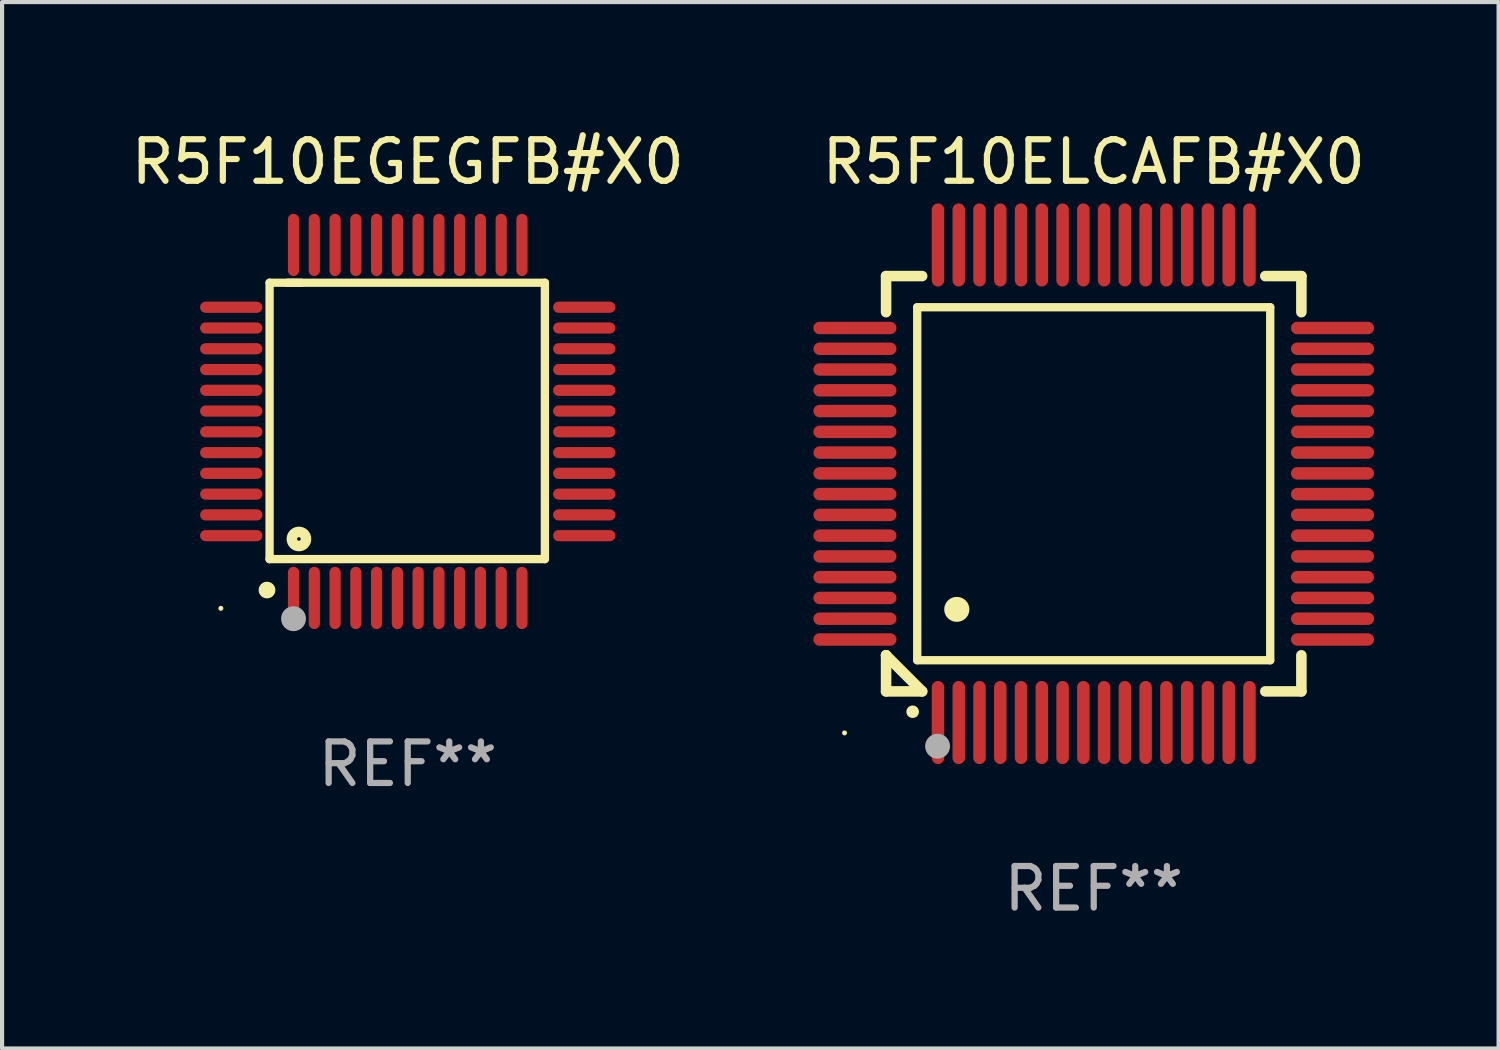
<source format=kicad_pcb>
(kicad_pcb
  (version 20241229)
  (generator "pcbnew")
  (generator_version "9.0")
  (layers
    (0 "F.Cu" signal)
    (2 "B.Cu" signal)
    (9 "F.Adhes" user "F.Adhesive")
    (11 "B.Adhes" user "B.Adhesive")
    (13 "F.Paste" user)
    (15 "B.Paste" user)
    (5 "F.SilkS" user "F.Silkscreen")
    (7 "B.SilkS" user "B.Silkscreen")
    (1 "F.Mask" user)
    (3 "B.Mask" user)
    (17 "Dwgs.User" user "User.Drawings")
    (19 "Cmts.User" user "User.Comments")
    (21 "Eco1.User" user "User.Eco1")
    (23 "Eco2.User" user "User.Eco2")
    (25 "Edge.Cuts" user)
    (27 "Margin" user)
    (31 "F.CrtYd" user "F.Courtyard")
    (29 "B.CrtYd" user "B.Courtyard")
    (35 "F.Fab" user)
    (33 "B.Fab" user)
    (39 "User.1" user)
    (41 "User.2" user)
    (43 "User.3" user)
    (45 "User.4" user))
  (footprint "R5F10EGEGFB#X0"
    (layer "F.Cu")
    (at 6.768 7.098)
    (property "Reference" "R5F10EGEGFB#X0" (at 0 -6.25 0) (layer "F.SilkS") (effects (font (size 1 1) (thickness 0.15))))
    (attr through_hole)
    (fp_line (start -3.327 -3.34) (end -2.565 -3.34) (stroke (width 0.2) (type solid)) (layer "F.SilkS"))
    (fp_line (start -3.327 3.315) (end -3.327 -3.34) (stroke (width 0.2) (type solid)) (layer "F.SilkS"))
    (fp_line (start -2.896 -3.34) (end 3.302 -3.34) (stroke (width 0.2) (type solid)) (layer "F.SilkS"))
    (fp_line (start 3.302 -3.34) (end 3.302 3.315) (stroke (width 0.2) (type solid)) (layer "F.SilkS"))
    (fp_line (start 3.302 3.315) (end -3.327 3.315) (stroke (width 0.2) (type solid)) (layer "F.SilkS"))
    (fp_arc (start -3.389992 4.059995) (mid -3.388722 4.059991) (end -3.387452 4.059995) (stroke (width 0.4) (type solid)) (layer "F.SilkS"))
    (fp_circle (center -4.5 4.5) (end -4.47 4.5) (stroke (width 0.06) (type solid)) (fill no) (layer "F.SilkS"))
    (fp_circle (center -2.62 2.83) (end -2.45 2.83) (stroke (width 0.254) (type solid)) (fill no) (layer "F.SilkS"))
    (fp_circle (center -2.75 4.75) (end -2.6 4.75) (stroke (width 0.3) (type solid)) (fill no) (layer "F.Fab"))
    (fp_text user "REF**" (at 0 8.25 0) (layer "F.Fab") (effects (font (size 1 1) (thickness 0.15))))
    (pad "1" smd oval (at -2.75 4.25) (size 0.27 1.5) (layers "F.Cu" "F.Mask" "F.Paste"))
    (pad "2" smd oval (at -2.25 4.25) (size 0.27 1.5) (layers "F.Cu" "F.Mask" "F.Paste"))
    (pad "3" smd oval (at -1.75 4.25) (size 0.27 1.5) (layers "F.Cu" "F.Mask" "F.Paste"))
    (pad "4" smd oval (at -1.25 4.25) (size 0.27 1.5) (layers "F.Cu" "F.Mask" "F.Paste"))
    (pad "5" smd oval (at -0.75 4.25) (size 0.27 1.5) (layers "F.Cu" "F.Mask" "F.Paste"))
    (pad "6" smd oval (at -0.25 4.25) (size 0.27 1.5) (layers "F.Cu" "F.Mask" "F.Paste"))
    (pad "7" smd oval (at 0.25 4.25) (size 0.27 1.5) (layers "F.Cu" "F.Mask" "F.Paste"))
    (pad "8" smd oval (at 0.75 4.25) (size 0.27 1.5) (layers "F.Cu" "F.Mask" "F.Paste"))
    (pad "9" smd oval (at 1.25 4.25) (size 0.27 1.5) (layers "F.Cu" "F.Mask" "F.Paste"))
    (pad "10" smd oval (at 1.75 4.25) (size 0.27 1.5) (layers "F.Cu" "F.Mask" "F.Paste"))
    (pad "11" smd oval (at 2.25 4.25) (size 0.27 1.5) (layers "F.Cu" "F.Mask" "F.Paste"))
    (pad "12" smd oval (at 2.75 4.25) (size 0.27 1.5) (layers "F.Cu" "F.Mask" "F.Paste"))
    (pad "13" smd oval (at 4.25 2.75) (size 1.5 0.27) (layers "F.Cu" "F.Mask" "F.Paste"))
    (pad "14" smd oval (at 4.25 2.25) (size 1.5 0.27) (layers "F.Cu" "F.Mask" "F.Paste"))
    (pad "15" smd oval (at 4.25 1.75) (size 1.5 0.27) (layers "F.Cu" "F.Mask" "F.Paste"))
    (pad "16" smd oval (at 4.25 1.25) (size 1.5 0.27) (layers "F.Cu" "F.Mask" "F.Paste"))
    (pad "17" smd oval (at 4.25 0.75) (size 1.5 0.27) (layers "F.Cu" "F.Mask" "F.Paste"))
    (pad "18" smd oval (at 4.25 0.25) (size 1.5 0.27) (layers "F.Cu" "F.Mask" "F.Paste"))
    (pad "19" smd oval (at 4.25 -0.25) (size 1.5 0.27) (layers "F.Cu" "F.Mask" "F.Paste"))
    (pad "20" smd oval (at 4.25 -0.75) (size 1.5 0.27) (layers "F.Cu" "F.Mask" "F.Paste"))
    (pad "21" smd oval (at 4.25 -1.25) (size 1.5 0.27) (layers "F.Cu" "F.Mask" "F.Paste"))
    (pad "22" smd oval (at 4.25 -1.75) (size 1.5 0.27) (layers "F.Cu" "F.Mask" "F.Paste"))
    (pad "23" smd oval (at 4.25 -2.25) (size 1.5 0.27) (layers "F.Cu" "F.Mask" "F.Paste"))
    (pad "24" smd oval (at 4.25 -2.75) (size 1.5 0.27) (layers "F.Cu" "F.Mask" "F.Paste"))
    (pad "25" smd oval (at 2.75 -4.25) (size 0.27 1.5) (layers "F.Cu" "F.Mask" "F.Paste"))
    (pad "26" smd oval (at 2.25 -4.25) (size 0.27 1.5) (layers "F.Cu" "F.Mask" "F.Paste"))
    (pad "27" smd oval (at 1.75 -4.25) (size 0.27 1.5) (layers "F.Cu" "F.Mask" "F.Paste"))
    (pad "28" smd oval (at 1.25 -4.25) (size 0.27 1.5) (layers "F.Cu" "F.Mask" "F.Paste"))
    (pad "29" smd oval (at 0.75 -4.25) (size 0.27 1.5) (layers "F.Cu" "F.Mask" "F.Paste"))
    (pad "30" smd oval (at 0.25 -4.25) (size 0.27 1.5) (layers "F.Cu" "F.Mask" "F.Paste"))
    (pad "31" smd oval (at -0.25 -4.25) (size 0.27 1.5) (layers "F.Cu" "F.Mask" "F.Paste"))
    (pad "32" smd oval (at -0.75 -4.25) (size 0.27 1.5) (layers "F.Cu" "F.Mask" "F.Paste"))
    (pad "33" smd oval (at -1.25 -4.25) (size 0.27 1.5) (layers "F.Cu" "F.Mask" "F.Paste"))
    (pad "34" smd oval (at -1.75 -4.25) (size 0.27 1.5) (layers "F.Cu" "F.Mask" "F.Paste"))
    (pad "35" smd oval (at -2.25 -4.25) (size 0.27 1.5) (layers "F.Cu" "F.Mask" "F.Paste"))
    (pad "36" smd oval (at -2.75 -4.25) (size 0.27 1.5) (layers "F.Cu" "F.Mask" "F.Paste"))
    (pad "37" smd oval (at -4.25 -2.75) (size 1.5 0.27) (layers "F.Cu" "F.Mask" "F.Paste"))
    (pad "38" smd oval (at -4.25 -2.25) (size 1.5 0.27) (layers "F.Cu" "F.Mask" "F.Paste"))
    (pad "39" smd oval (at -4.25 -1.75) (size 1.5 0.27) (layers "F.Cu" "F.Mask" "F.Paste"))
    (pad "40" smd oval (at -4.25 -1.25) (size 1.5 0.27) (layers "F.Cu" "F.Mask" "F.Paste"))
    (pad "41" smd oval (at -4.25 -0.75) (size 1.5 0.27) (layers "F.Cu" "F.Mask" "F.Paste"))
    (pad "42" smd oval (at -4.25 -0.25) (size 1.5 0.27) (layers "F.Cu" "F.Mask" "F.Paste"))
    (pad "43" smd oval (at -4.25 0.25) (size 1.5 0.27) (layers "F.Cu" "F.Mask" "F.Paste"))
    (pad "44" smd oval (at -4.25 0.75) (size 1.5 0.27) (layers "F.Cu" "F.Mask" "F.Paste"))
    (pad "45" smd oval (at -4.25 1.25) (size 1.5 0.27) (layers "F.Cu" "F.Mask" "F.Paste"))
    (pad "46" smd oval (at -4.25 1.75) (size 1.5 0.27) (layers "F.Cu" "F.Mask" "F.Paste"))
    (pad "47" smd oval (at -4.25 2.25) (size 1.5 0.27) (layers "F.Cu" "F.Mask" "F.Paste"))
    (pad "48" smd oval (at -4.25 2.75) (size 1.5 0.27) (layers "F.Cu" "F.Mask" "F.Paste")))
  (footprint "R5F10ELCAFB#X0"
    (layer "F.Cu")
    (at 23.286 8.598)
    (property "Reference" "R5F10ELCAFB#X0" (at 0 -7.75 0) (layer "F.SilkS") (effects (font (size 1 1) (thickness 0.15))))
    (attr through_hole)
    (fp_line (start -5 -5) (end -4.131 -5) (stroke (width 0.254) (type solid)) (layer "F.SilkS"))
    (fp_line (start -5 -4.131) (end -5 -5) (stroke (width 0.254) (type solid)) (layer "F.SilkS"))
    (fp_line (start -5 4.131) (end -5 4.131) (stroke (width 0.254) (type solid)) (layer "F.SilkS"))
    (fp_line (start -5 5) (end -5 4.131) (stroke (width 0.254) (type solid)) (layer "F.SilkS"))
    (fp_line (start -5 4.131) (end -4.131 5) (stroke (width 0.254) (type solid)) (layer "F.SilkS"))
    (fp_line (start -4.25 -4.25) (end -4.25 4.25) (stroke (width 0.2) (type solid)) (layer "F.SilkS"))
    (fp_line (start -4.25 4.25) (end 4.25 4.25) (stroke (width 0.2) (type solid)) (layer "F.SilkS"))
    (fp_line (start -4.131 5) (end -5 5) (stroke (width 0.254) (type solid)) (layer "F.SilkS"))
    (fp_line (start 4.25 -4.25) (end -4.25 -4.25) (stroke (width 0.2) (type solid)) (layer "F.SilkS"))
    (fp_line (start 4.25 4.25) (end 4.25 -4.25) (stroke (width 0.2) (type solid)) (layer "F.SilkS"))
    (fp_line (start 5 -5) (end 4.131 -5) (stroke (width 0.254) (type solid)) (layer "F.SilkS"))
    (fp_line (start 5 -5) (end 5 -4.131) (stroke (width 0.254) (type solid)) (layer "F.SilkS"))
    (fp_line (start 5 4.131) (end 5 5) (stroke (width 0.254) (type solid)) (layer "F.SilkS"))
    (fp_line (start 5 5) (end 4.131 5) (stroke (width 0.254) (type solid)) (layer "F.SilkS"))
    (fp_arc (start -4.361265 5.489992) (mid -4.359995 5.489987) (end -4.358725 5.489992) (stroke (width 0.3) (type solid)) (layer "F.SilkS"))
    (fp_arc (start -3.299467 3.025146) (mid -3.296927 3.025135) (end -3.294387 3.025146) (stroke (width 0.6) (type solid)) (layer "F.SilkS"))
    (fp_circle (center -6 6) (end -5.97 6) (stroke (width 0.06) (type solid)) (fill no) (layer "F.SilkS"))
    (fp_circle (center -3.76 6.32) (end -3.61 6.32) (stroke (width 0.3) (type solid)) (fill no) (layer "F.Fab"))
    (fp_text user "REF**" (at 0 9.75 0) (layer "F.Fab") (effects (font (size 1 1) (thickness 0.15))))
    (pad "1" smd oval (at -3.75 5.75) (size 0.3 2) (layers "F.Cu" "F.Mask" "F.Paste"))
    (pad "2" smd oval (at -3.25 5.75) (size 0.3 2) (layers "F.Cu" "F.Mask" "F.Paste"))
    (pad "3" smd oval (at -2.75 5.75) (size 0.3 2) (layers "F.Cu" "F.Mask" "F.Paste"))
    (pad "4" smd oval (at -2.25 5.75) (size 0.3 2) (layers "F.Cu" "F.Mask" "F.Paste"))
    (pad "5" smd oval (at -1.75 5.75) (size 0.3 2) (layers "F.Cu" "F.Mask" "F.Paste"))
    (pad "6" smd oval (at -1.25 5.75) (size 0.3 2) (layers "F.Cu" "F.Mask" "F.Paste"))
    (pad "7" smd oval (at -0.75 5.75) (size 0.3 2) (layers "F.Cu" "F.Mask" "F.Paste"))
    (pad "8" smd oval (at -0.25 5.75) (size 0.3 2) (layers "F.Cu" "F.Mask" "F.Paste"))
    (pad "9" smd oval (at 0.25 5.75) (size 0.3 2) (layers "F.Cu" "F.Mask" "F.Paste"))
    (pad "10" smd oval (at 0.75 5.75) (size 0.3 2) (layers "F.Cu" "F.Mask" "F.Paste"))
    (pad "11" smd oval (at 1.25 5.75) (size 0.3 2) (layers "F.Cu" "F.Mask" "F.Paste"))
    (pad "12" smd oval (at 1.75 5.75) (size 0.3 2) (layers "F.Cu" "F.Mask" "F.Paste"))
    (pad "13" smd oval (at 2.25 5.75) (size 0.3 2) (layers "F.Cu" "F.Mask" "F.Paste"))
    (pad "14" smd oval (at 2.75 5.75) (size 0.3 2) (layers "F.Cu" "F.Mask" "F.Paste"))
    (pad "15" smd oval (at 3.25 5.75) (size 0.3 2) (layers "F.Cu" "F.Mask" "F.Paste"))
    (pad "16" smd oval (at 3.75 5.75) (size 0.3 2) (layers "F.Cu" "F.Mask" "F.Paste"))
    (pad "17" smd oval (at 5.75 3.75) (size 2 0.3) (layers "F.Cu" "F.Mask" "F.Paste"))
    (pad "18" smd oval (at 5.75 3.25) (size 2 0.3) (layers "F.Cu" "F.Mask" "F.Paste"))
    (pad "19" smd oval (at 5.75 2.75) (size 2 0.3) (layers "F.Cu" "F.Mask" "F.Paste"))
    (pad "20" smd oval (at 5.75 2.25) (size 2 0.3) (layers "F.Cu" "F.Mask" "F.Paste"))
    (pad "21" smd oval (at 5.75 1.75) (size 2 0.3) (layers "F.Cu" "F.Mask" "F.Paste"))
    (pad "22" smd oval (at 5.75 1.25) (size 2 0.3) (layers "F.Cu" "F.Mask" "F.Paste"))
    (pad "23" smd oval (at 5.75 0.75) (size 2 0.3) (layers "F.Cu" "F.Mask" "F.Paste"))
    (pad "24" smd oval (at 5.75 0.25) (size 2 0.3) (layers "F.Cu" "F.Mask" "F.Paste"))
    (pad "25" smd oval (at 5.75 -0.25) (size 2 0.3) (layers "F.Cu" "F.Mask" "F.Paste"))
    (pad "26" smd oval (at 5.75 -0.75) (size 2 0.3) (layers "F.Cu" "F.Mask" "F.Paste"))
    (pad "27" smd oval (at 5.75 -1.25) (size 2 0.3) (layers "F.Cu" "F.Mask" "F.Paste"))
    (pad "28" smd oval (at 5.75 -1.75) (size 2 0.3) (layers "F.Cu" "F.Mask" "F.Paste"))
    (pad "29" smd oval (at 5.75 -2.25) (size 2 0.3) (layers "F.Cu" "F.Mask" "F.Paste"))
    (pad "30" smd oval (at 5.75 -2.75) (size 2 0.3) (layers "F.Cu" "F.Mask" "F.Paste"))
    (pad "31" smd oval (at 5.75 -3.25) (size 2 0.3) (layers "F.Cu" "F.Mask" "F.Paste"))
    (pad "32" smd oval (at 5.75 -3.75) (size 2 0.3) (layers "F.Cu" "F.Mask" "F.Paste"))
    (pad "33" smd oval (at 3.75 -5.75) (size 0.3 2) (layers "F.Cu" "F.Mask" "F.Paste"))
    (pad "34" smd oval (at 3.25 -5.75) (size 0.3 2) (layers "F.Cu" "F.Mask" "F.Paste"))
    (pad "35" smd oval (at 2.75 -5.75) (size 0.3 2) (layers "F.Cu" "F.Mask" "F.Paste"))
    (pad "36" smd oval (at 2.25 -5.75) (size 0.3 2) (layers "F.Cu" "F.Mask" "F.Paste"))
    (pad "37" smd oval (at 1.75 -5.75) (size 0.3 2) (layers "F.Cu" "F.Mask" "F.Paste"))
    (pad "38" smd oval (at 1.25 -5.75) (size 0.3 2) (layers "F.Cu" "F.Mask" "F.Paste"))
    (pad "39" smd oval (at 0.75 -5.75) (size 0.3 2) (layers "F.Cu" "F.Mask" "F.Paste"))
    (pad "40" smd oval (at 0.25 -5.75) (size 0.3 2) (layers "F.Cu" "F.Mask" "F.Paste"))
    (pad "41" smd oval (at -0.25 -5.75) (size 0.3 2) (layers "F.Cu" "F.Mask" "F.Paste"))
    (pad "42" smd oval (at -0.75 -5.75) (size 0.3 2) (layers "F.Cu" "F.Mask" "F.Paste"))
    (pad "43" smd oval (at -1.25 -5.75) (size 0.3 2) (layers "F.Cu" "F.Mask" "F.Paste"))
    (pad "44" smd oval (at -1.75 -5.75) (size 0.3 2) (layers "F.Cu" "F.Mask" "F.Paste"))
    (pad "45" smd oval (at -2.25 -5.75) (size 0.3 2) (layers "F.Cu" "F.Mask" "F.Paste"))
    (pad "46" smd oval (at -2.75 -5.75) (size 0.3 2) (layers "F.Cu" "F.Mask" "F.Paste"))
    (pad "47" smd oval (at -3.25 -5.75) (size 0.3 2) (layers "F.Cu" "F.Mask" "F.Paste"))
    (pad "48" smd oval (at -3.75 -5.75) (size 0.3 2) (layers "F.Cu" "F.Mask" "F.Paste"))
    (pad "49" smd oval (at -5.75 -3.75) (size 2 0.3) (layers "F.Cu" "F.Mask" "F.Paste"))
    (pad "50" smd oval (at -5.75 -3.25) (size 2 0.3) (layers "F.Cu" "F.Mask" "F.Paste"))
    (pad "51" smd oval (at -5.75 -2.75) (size 2 0.3) (layers "F.Cu" "F.Mask" "F.Paste"))
    (pad "52" smd oval (at -5.75 -2.25) (size 2 0.3) (layers "F.Cu" "F.Mask" "F.Paste"))
    (pad "53" smd oval (at -5.75 -1.75) (size 2 0.3) (layers "F.Cu" "F.Mask" "F.Paste"))
    (pad "54" smd oval (at -5.75 -1.25) (size 2 0.3) (layers "F.Cu" "F.Mask" "F.Paste"))
    (pad "55" smd oval (at -5.75 -0.75) (size 2 0.3) (layers "F.Cu" "F.Mask" "F.Paste"))
    (pad "56" smd oval (at -5.75 -0.25) (size 2 0.3) (layers "F.Cu" "F.Mask" "F.Paste"))
    (pad "57" smd oval (at -5.75 0.25) (size 2 0.3) (layers "F.Cu" "F.Mask" "F.Paste"))
    (pad "58" smd oval (at -5.75 0.75) (size 2 0.3) (layers "F.Cu" "F.Mask" "F.Paste"))
    (pad "59" smd oval (at -5.75 1.25) (size 2 0.3) (layers "F.Cu" "F.Mask" "F.Paste"))
    (pad "60" smd oval (at -5.75 1.75) (size 2 0.3) (layers "F.Cu" "F.Mask" "F.Paste"))
    (pad "61" smd oval (at -5.75 2.25) (size 2 0.3) (layers "F.Cu" "F.Mask" "F.Paste"))
    (pad "62" smd oval (at -5.75 2.75) (size 2 0.3) (layers "F.Cu" "F.Mask" "F.Paste"))
    (pad "63" smd oval (at -5.75 3.25) (size 2 0.3) (layers "F.Cu" "F.Mask" "F.Paste"))
    (pad "64" smd oval (at -5.75 3.75) (size 2 0.3) (layers "F.Cu" "F.Mask" "F.Paste")))
  (gr_rect
    (start -3 -3)
    (end 33.035 22.196)
    (stroke (width 0.1) (type default))
    (fill no)
    (layer "Edge.Cuts")))
</source>
